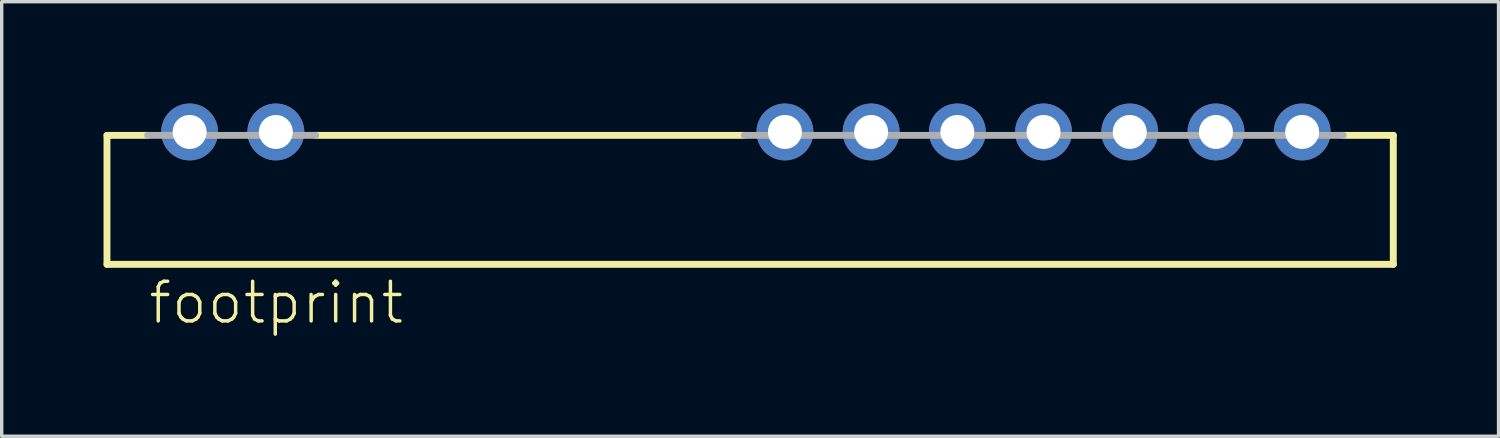
<source format=kicad_pcb>
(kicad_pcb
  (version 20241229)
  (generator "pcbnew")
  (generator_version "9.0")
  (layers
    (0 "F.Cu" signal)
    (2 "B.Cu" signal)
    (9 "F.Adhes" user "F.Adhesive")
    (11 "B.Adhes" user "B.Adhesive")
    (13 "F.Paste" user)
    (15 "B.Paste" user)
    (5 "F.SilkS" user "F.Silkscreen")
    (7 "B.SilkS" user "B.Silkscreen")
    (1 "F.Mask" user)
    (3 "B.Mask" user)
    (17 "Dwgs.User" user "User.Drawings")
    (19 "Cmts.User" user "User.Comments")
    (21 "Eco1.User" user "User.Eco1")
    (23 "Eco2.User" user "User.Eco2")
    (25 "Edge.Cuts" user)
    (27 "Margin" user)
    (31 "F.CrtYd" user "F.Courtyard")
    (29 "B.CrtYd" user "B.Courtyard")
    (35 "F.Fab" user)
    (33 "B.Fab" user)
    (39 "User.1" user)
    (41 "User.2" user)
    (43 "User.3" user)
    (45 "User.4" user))
  (footprint "footprint"
    (layer "F.Cu")
    (at 19.047 3.378)
    (property "Reference" "footprint" (at -17.78 3.175 0) (layer "F.SilkS") (effects (font (size 1.168 1.168) (thickness 0.102)) (justify left bottom)))
    (fp_line (start -18.945 -2.44) (end -17.745 -2.44) (stroke (width 0.203) (type solid)) (layer "F.SilkS"))
    (fp_line (start -18.945 1.36) (end -18.945 -2.44) (stroke (width 0.203) (type solid)) (layer "F.SilkS"))
    (fp_line (start -18.945 1.36) (end 18.955 1.36) (stroke (width 0.203) (type solid)) (layer "F.SilkS"))
    (fp_line (start -12.795 -2.44) (end -0.17 -2.44) (stroke (width 0.203) (type solid)) (layer "F.SilkS"))
    (fp_line (start 17.48 -2.44) (end 18.955 -2.44) (stroke (width 0.203) (type solid)) (layer "F.SilkS"))
    (fp_line (start 18.955 1.36) (end 18.955 -2.44) (stroke (width 0.203) (type solid)) (layer "F.SilkS"))
    (fp_line (start -17.745 -2.44) (end -12.795 -2.44) (stroke (width 0.203) (type solid)) (layer "F.Fab"))
    (fp_line (start -0.17 -2.44) (end 17.48 -2.44) (stroke (width 0.203) (type solid)) (layer "F.Fab"))
    (pad "1" thru_hole circle (at -16.51 -2.54) (size 1.676 1.676) (drill 1) (layers "*.Cu" "*.Mask"))
    (pad "2" thru_hole circle (at -13.97 -2.54) (size 1.676 1.676) (drill 1) (layers "*.Cu" "*.Mask"))
    (pad "3" thru_hole circle (at 1.03 -2.54) (size 1.676 1.676) (drill 1) (layers "*.Cu" "*.Mask"))
    (pad "4" thru_hole circle (at 3.57 -2.54) (size 1.676 1.676) (drill 1) (layers "*.Cu" "*.Mask"))
    (pad "5" thru_hole circle (at 6.11 -2.54) (size 1.676 1.676) (drill 1) (layers "*.Cu" "*.Mask"))
    (pad "6" thru_hole circle (at 8.65 -2.54) (size 1.676 1.676) (drill 1) (layers "*.Cu" "*.Mask"))
    (pad "7" thru_hole circle (at 11.19 -2.54) (size 1.676 1.676) (drill 1) (layers "*.Cu" "*.Mask"))
    (pad "8" thru_hole circle (at 13.73 -2.54) (size 1.676 1.676) (drill 1) (layers "*.Cu" "*.Mask"))
    (pad "9" thru_hole circle (at 16.27 -2.54) (size 1.676 1.676) (drill 1) (layers "*.Cu" "*.Mask")))
  (gr_rect
    (start -3 -3)
    (end 41.103 9.804)
    (stroke (width 0.1) (type default))
    (fill no)
    (layer "Edge.Cuts")))
</source>
